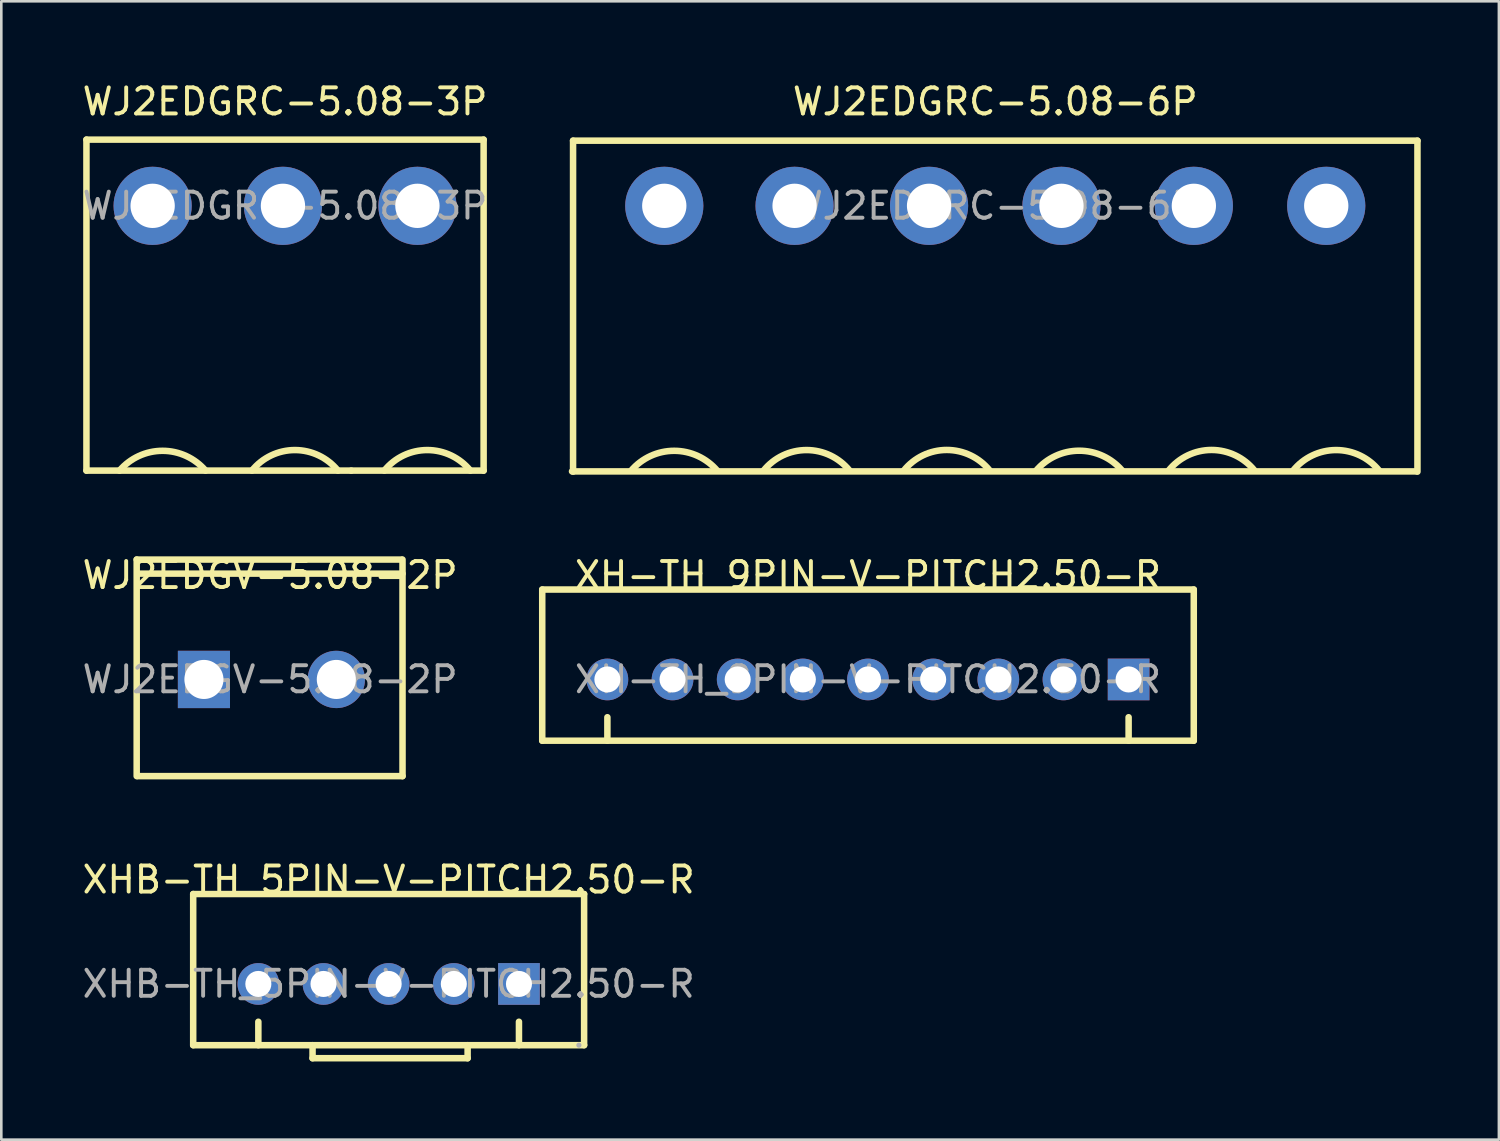
<source format=kicad_pcb>
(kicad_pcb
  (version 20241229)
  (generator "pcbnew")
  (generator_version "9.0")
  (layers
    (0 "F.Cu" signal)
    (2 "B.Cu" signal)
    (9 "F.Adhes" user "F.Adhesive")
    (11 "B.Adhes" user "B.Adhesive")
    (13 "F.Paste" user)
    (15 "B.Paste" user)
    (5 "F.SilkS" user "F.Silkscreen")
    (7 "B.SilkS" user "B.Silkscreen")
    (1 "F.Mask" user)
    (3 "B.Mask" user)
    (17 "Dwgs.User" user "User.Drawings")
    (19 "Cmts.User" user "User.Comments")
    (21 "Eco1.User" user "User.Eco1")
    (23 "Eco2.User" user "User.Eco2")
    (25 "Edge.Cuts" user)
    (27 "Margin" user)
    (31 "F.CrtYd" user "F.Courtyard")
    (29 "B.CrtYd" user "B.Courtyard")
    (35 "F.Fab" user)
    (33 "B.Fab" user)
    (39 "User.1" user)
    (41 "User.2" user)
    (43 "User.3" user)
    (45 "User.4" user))
  (footprint "WJ2EDGV-5.08-2P"
    (layer "F.Cu")
    (at 7.315 23.021)
    (property "Reference" "WJ2EDGV-5.08-2P" (at 0 -4 0) (layer "F.SilkS") (effects (font (size 1 1) (thickness 0.15))))
    (attr through_hole)
    (fp_line (start -5.12 -4.6) (end -5.12 3.71) (stroke (width 0.25) (type solid)) (layer "F.SilkS"))
    (fp_line (start -5.08 3.71) (end 5.08 3.71) (stroke (width 0.25) (type solid)) (layer "F.SilkS"))
    (fp_line (start 5.04 -4.6) (end -5.12 -4.6) (stroke (width 0.25) (type solid)) (layer "F.SilkS"))
    (fp_line (start 5.08 -4.6) (end 5.08 3.71) (stroke (width 0.25) (type solid)) (layer "F.SilkS"))
    (fp_line (start 5.08 -4.06) (end -5.08 -4.06) (stroke (width 0.25) (type solid)) (layer "F.SilkS"))
    (fp_text user "${REFERENCE}" (at 0 0 0) (layer "F.Fab") (effects (font (size 1 1) (thickness 0.15))))
    (pad "1" thru_hole rect (at -2.54 0) (size 2 2.2) (drill 1.5) (layers "*.Cu" "*.Paste" "*.Mask"))
    (pad "2" thru_hole circle (at 2.54 0) (size 2.2 2.2) (drill 1.5) (layers "*.Cu" "*.Paste" "*.Mask")))
  (footprint "WJ2EDGRC-5.08-3P"
    (layer "F.Cu")
    (at 7.887 4.848)
    (property "Reference" "WJ2EDGRC-5.08-3P" (at 0 -4 0) (layer "F.SilkS") (effects (font (size 1 1) (thickness 0.15))))
    (attr through_hole)
    (fp_line (start -7.62 -2.54) (end -7.62 10.16) (stroke (width 0.25) (type solid)) (layer "F.SilkS"))
    (fp_line (start -7.62 -2.54) (end 7.62 -2.54) (stroke (width 0.25) (type solid)) (layer "F.SilkS"))
    (fp_line (start -7.62 10.16) (end 2.54 10.16) (stroke (width 0.25) (type solid)) (layer "F.SilkS"))
    (fp_line (start 7.62 -2.54) (end 7.62 10.16) (stroke (width 0.25) (type solid)) (layer "F.SilkS"))
    (fp_line (start 7.62 10.16) (end 2.54 10.16) (stroke (width 0.25) (type solid)) (layer "F.SilkS"))
    (fp_arc (start -6.350511 10.160599) (mid -4.700394 9.399609) (end -3.05 10.16) (stroke (width 0.25) (type solid)) (layer "F.SilkS"))
    (fp_arc (start -1.268881 10.158614) (mid 0.380891 9.370709) (end 2.03 10.16) (stroke (width 0.25) (type solid)) (layer "F.SilkS"))
    (fp_arc (start 3.811119 10.158614) (mid 5.460891 9.370709) (end 7.11 10.16) (stroke (width 0.25) (type solid)) (layer "F.SilkS"))
    (fp_text user "${REFERENCE}" (at 0 0 0) (layer "F.Fab") (effects (font (size 1 1) (thickness 0.15))))
    (pad "1" thru_hole circle (at -5.08 0) (size 3 3) (drill 1.7) (layers "*.Cu" "*.Paste" "*.Mask"))
    (pad "2" thru_hole circle (at -0.08 0) (size 3 3) (drill 1.7) (layers "*.Cu" "*.Paste" "*.Mask"))
    (pad "3" thru_hole circle (at 5.08 0) (size 3 3) (drill 1.7) (layers "*.Cu" "*.Paste" "*.Mask")))
  (footprint "WJ2EDGRC-5.08-6P"
    (layer "F.Cu")
    (at 35.139 4.848)
    (property "Reference" "WJ2EDGRC-5.08-6P" (at 0 -4 0) (layer "F.SilkS") (effects (font (size 1 1) (thickness 0.15))))
    (attr through_hole)
    (fp_line (start -16.24 10.19) (end 16.16 10.19) (stroke (width 0.25) (type solid)) (layer "F.SilkS"))
    (fp_line (start -16.2 -2.5) (end -16.2 10.2) (stroke (width 0.25) (type solid)) (layer "F.SilkS"))
    (fp_line (start -16.2 -2.5) (end 16.2 -2.5) (stroke (width 0.25) (type solid)) (layer "F.SilkS"))
    (fp_line (start 16.2 -2.5) (end 16.2 10.2) (stroke (width 0.25) (type solid)) (layer "F.SilkS"))
    (fp_arc (start -13.970511 10.160599) (mid -12.320394 9.399609) (end -10.67 10.16) (stroke (width 0.25) (type solid)) (layer "F.SilkS"))
    (fp_arc (start -8.888881 10.158614) (mid -7.239109 9.370709) (end -5.59 10.16) (stroke (width 0.25) (type solid)) (layer "F.SilkS"))
    (fp_arc (start -3.509069 10.158837) (mid -1.859255 9.366969) (end -0.21 10.16) (stroke (width 0.25) (type solid)) (layer "F.SilkS"))
    (fp_arc (start 1.569311 10.160812) (mid 3.219468 9.396091) (end 4.87 10.16) (stroke (width 0.25) (type solid)) (layer "F.SilkS"))
    (fp_arc (start 6.650931 10.158837) (mid 8.300745 9.366969) (end 9.95 10.16) (stroke (width 0.25) (type solid)) (layer "F.SilkS"))
    (fp_arc (start 11.431119 10.158614) (mid 13.080891 9.370709) (end 14.73 10.16) (stroke (width 0.25) (type solid)) (layer "F.SilkS"))
    (fp_text user "${REFERENCE}" (at 0 0 0) (layer "F.Fab") (effects (font (size 1 1) (thickness 0.15))))
    (pad "1" thru_hole circle (at -12.7 0) (size 3 3) (drill 1.7) (layers "*.Cu" "*.Paste" "*.Mask"))
    (pad "2" thru_hole circle (at -7.7 0) (size 3 3) (drill 1.7) (layers "*.Cu" "*.Paste" "*.Mask"))
    (pad "3" thru_hole circle (at -2.54 0) (size 3 3) (drill 1.7) (layers "*.Cu" "*.Paste" "*.Mask"))
    (pad "4" thru_hole circle (at 2.54 0) (size 3 3) (drill 1.7) (layers "*.Cu" "*.Paste" "*.Mask"))
    (pad "5" thru_hole circle (at 7.62 0) (size 3 3) (drill 1.7) (layers "*.Cu" "*.Paste" "*.Mask"))
    (pad "6" thru_hole circle (at 12.7 0) (size 3 3) (drill 1.7) (layers "*.Cu" "*.Paste" "*.Mask")))
  (footprint "XHB-TH_5PIN-V-PITCH2.50-R"
    (layer "F.Cu")
    (at 11.863 34.705)
    (property "Reference" "XHB-TH_5PIN-V-PITCH2.50-R" (at 0 -4 0) (layer "F.SilkS") (effects (font (size 1 1) (thickness 0.15))))
    (attr through_hole)
    (fp_line (start -7.5 -3.45) (end -7.5 2.35) (stroke (width 0.25) (type solid)) (layer "F.SilkS"))
    (fp_line (start -7.5 -3.45) (end 7.5 -3.45) (stroke (width 0.25) (type solid)) (layer "F.SilkS"))
    (fp_line (start -7.5 2.35) (end 7.5 2.35) (stroke (width 0.25) (type solid)) (layer "F.SilkS"))
    (fp_line (start -5 1.45) (end -5 2.35) (stroke (width 0.25) (type solid)) (layer "F.SilkS"))
    (fp_line (start -2.92 2.85) (end -2.92 2.35) (stroke (width 0.25) (type solid)) (layer "F.SilkS"))
    (fp_line (start 3.03 2.85) (end -2.92 2.85) (stroke (width 0.25) (type solid)) (layer "F.SilkS"))
    (fp_line (start 3.03 2.85) (end 3.03 2.35) (stroke (width 0.25) (type solid)) (layer "F.SilkS"))
    (fp_line (start 5 1.45) (end 5 2.35) (stroke (width 0.25) (type solid)) (layer "F.SilkS"))
    (fp_line (start 7.5 -3.45) (end 7.5 2.35) (stroke (width 0.25) (type solid)) (layer "F.SilkS"))
    (fp_circle (center 7.3 2.35) (end 7.35 2.35) (stroke (width 0.1) (type solid)) (fill no) (layer "F.Fab"))
    (fp_text user "${REFERENCE}" (at 0 0 0) (layer "F.Fab") (effects (font (size 1 1) (thickness 0.15))))
    (pad "1" thru_hole rect (at 5 0) (size 1.6 1.6) (drill 1) (layers "*.Cu" "*.Paste" "*.Mask"))
    (pad "2" thru_hole circle (at 2.5 0) (size 1.6 1.6) (drill 1) (layers "*.Cu" "*.Paste" "*.Mask"))
    (pad "3" thru_hole circle (at 0 0) (size 1.6 1.6) (drill 1) (layers "*.Cu" "*.Paste" "*.Mask"))
    (pad "4" thru_hole circle (at -2.5 0) (size 1.6 1.6) (drill 1) (layers "*.Cu" "*.Paste" "*.Mask"))
    (pad "5" thru_hole circle (at -5 0) (size 1.6 1.6) (drill 1) (layers "*.Cu" "*.Paste" "*.Mask")))
  (footprint "XH-TH_9PIN-V-PITCH2.50-R"
    (layer "F.Cu")
    (at 30.256 23.021)
    (property "Reference" "XH-TH_9PIN-V-PITCH2.50-R" (at 0 -4 0) (layer "F.SilkS") (effects (font (size 1 1) (thickness 0.15))))
    (attr through_hole)
    (fp_line (start -12.5 2.35) (end -12.5 -3.45) (stroke (width 0.25) (type solid)) (layer "F.SilkS"))
    (fp_line (start -12.5 2.35) (end 12.5 2.35) (stroke (width 0.25) (type solid)) (layer "F.SilkS"))
    (fp_line (start -10 1.45) (end -10 2.35) (stroke (width 0.25) (type solid)) (layer "F.SilkS"))
    (fp_line (start 10 1.45) (end 10 2.35) (stroke (width 0.25) (type solid)) (layer "F.SilkS"))
    (fp_line (start 12.5 -3.45) (end -12.5 -3.45) (stroke (width 0.25) (type solid)) (layer "F.SilkS"))
    (fp_line (start 12.5 2.35) (end 12.5 -3.45) (stroke (width 0.25) (type solid)) (layer "F.SilkS"))
    (fp_text user "${REFERENCE}" (at 0 0 0) (layer "F.Fab") (effects (font (size 1 1) (thickness 0.15))))
    (pad "1" thru_hole rect (at 10 0) (size 1.6 1.6) (drill 1) (layers "*.Cu" "*.Paste" "*.Mask"))
    (pad "2" thru_hole circle (at 7.5 0) (size 1.6 1.6) (drill 1) (layers "*.Cu" "*.Paste" "*.Mask"))
    (pad "3" thru_hole circle (at 5 0) (size 1.6 1.6) (drill 1) (layers "*.Cu" "*.Paste" "*.Mask"))
    (pad "4" thru_hole circle (at 2.5 0) (size 1.6 1.6) (drill 1) (layers "*.Cu" "*.Paste" "*.Mask"))
    (pad "5" thru_hole circle (at 0 0) (size 1.6 1.6) (drill 1) (layers "*.Cu" "*.Paste" "*.Mask"))
    (pad "6" thru_hole circle (at -2.5 0) (size 1.6 1.6) (drill 1) (layers "*.Cu" "*.Paste" "*.Mask"))
    (pad "7" thru_hole circle (at -5 0) (size 1.6 1.6) (drill 1) (layers "*.Cu" "*.Paste" "*.Mask"))
    (pad "8" thru_hole circle (at -7.5 0) (size 1.6 1.6) (drill 1) (layers "*.Cu" "*.Paste" "*.Mask"))
    (pad "9" thru_hole circle (at -10 0) (size 1.6 1.6) (drill 1) (layers "*.Cu" "*.Paste" "*.Mask")))
  (gr_rect
    (start -3 -3)
    (end 54.464 40.68)
    (stroke (width 0.1) (type default))
    (fill no)
    (layer "Edge.Cuts")))
</source>
